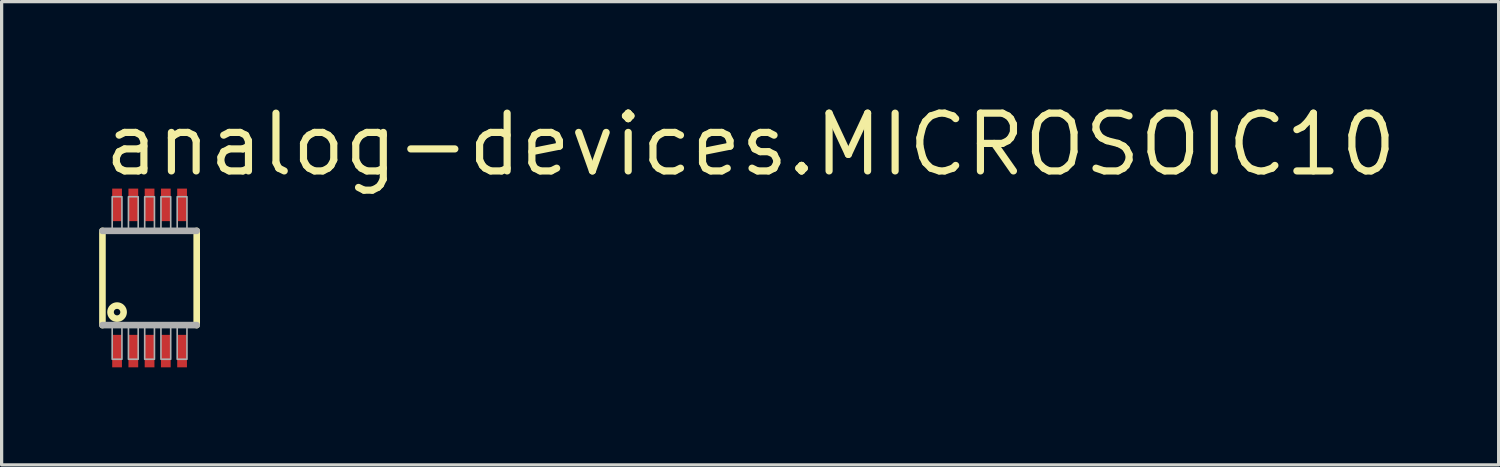
<source format=kicad_pcb>
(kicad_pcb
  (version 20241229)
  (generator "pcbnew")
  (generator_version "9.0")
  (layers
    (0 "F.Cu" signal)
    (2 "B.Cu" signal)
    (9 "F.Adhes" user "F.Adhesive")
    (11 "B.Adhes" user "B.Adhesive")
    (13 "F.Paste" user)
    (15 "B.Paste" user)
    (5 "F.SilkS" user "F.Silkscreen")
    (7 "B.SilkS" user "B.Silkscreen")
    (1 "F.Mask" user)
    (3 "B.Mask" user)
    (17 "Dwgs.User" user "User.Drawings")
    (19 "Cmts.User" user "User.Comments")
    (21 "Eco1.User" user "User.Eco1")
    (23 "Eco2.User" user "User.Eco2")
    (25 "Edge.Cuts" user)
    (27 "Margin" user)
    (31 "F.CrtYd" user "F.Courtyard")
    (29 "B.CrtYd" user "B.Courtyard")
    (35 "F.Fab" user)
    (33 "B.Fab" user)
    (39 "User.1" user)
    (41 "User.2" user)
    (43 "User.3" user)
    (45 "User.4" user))
  (footprint "analog-devices.MICROSOIC10"
    (layer "F.Cu")
    (at 1.552 5.503)
    (property "Reference" "analog-devices.MICROSOIC10" (at -1.505 -3.065 0) (layer "F.SilkS") (effects (font (size 1.778 1.778) (thickness 0.22)) (justify left bottom)))
    (attr smd)
    (fp_line (start -1.45 1.45) (end -1.45 -1.45) (stroke (width 0.203) (type default)) (layer "F.SilkS"))
    (fp_line (start 1.45 -1.45) (end 1.45 1.45) (stroke (width 0.203) (type default)) (layer "F.SilkS"))
    (fp_circle (center -1 1.05) (end -0.9 1.05) (stroke (width 0.203) (type default)) (fill no) (layer "F.SilkS"))
    (fp_line (start -1.45 -1.45) (end 1.45 -1.45) (stroke (width 0.203) (type default)) (layer "F.Fab"))
    (fp_line (start 1.45 1.45) (end -1.45 1.45) (stroke (width 0.203) (type default)) (layer "F.Fab"))
    (fp_rect (start -1.15 -1.5) (end -0.85 -2.5) (stroke (width 0.05) (type default)) (fill no) (layer "F.Fab"))
    (fp_rect (start -1.15 2.5) (end -0.85 1.5) (stroke (width 0.05) (type default)) (fill no) (layer "F.Fab"))
    (fp_rect (start -0.65 -1.5) (end -0.35 -2.5) (stroke (width 0.05) (type default)) (fill no) (layer "F.Fab"))
    (fp_rect (start -0.65 2.5) (end -0.35 1.5) (stroke (width 0.05) (type default)) (fill no) (layer "F.Fab"))
    (fp_rect (start -0.15 -1.5) (end 0.15 -2.5) (stroke (width 0.05) (type default)) (fill no) (layer "F.Fab"))
    (fp_rect (start -0.15 2.5) (end 0.15 1.5) (stroke (width 0.05) (type default)) (fill no) (layer "F.Fab"))
    (fp_rect (start 0.35 -1.5) (end 0.65 -2.5) (stroke (width 0.05) (type default)) (fill no) (layer "F.Fab"))
    (fp_rect (start 0.35 2.5) (end 0.65 1.5) (stroke (width 0.05) (type default)) (fill no) (layer "F.Fab"))
    (fp_rect (start 0.85 -1.5) (end 1.15 -2.5) (stroke (width 0.05) (type default)) (fill no) (layer "F.Fab"))
    (fp_rect (start 0.85 2.5) (end 1.15 1.5) (stroke (width 0.05) (type default)) (fill no) (layer "F.Fab"))
    (pad "1" smd roundrect (at -1 2.25) (size 0.3 1) (layers "F.Cu" "F.Mask" "F.Paste") (roundrect_rratio 0.01))
    (pad "2" smd roundrect (at -0.5 2.25) (size 0.3 1) (layers "F.Cu" "F.Mask" "F.Paste") (roundrect_rratio 0.01))
    (pad "3" smd roundrect (at 0 2.25) (size 0.3 1) (layers "F.Cu" "F.Mask" "F.Paste") (roundrect_rratio 0.01))
    (pad "4" smd roundrect (at 0.5 2.25) (size 0.3 1) (layers "F.Cu" "F.Mask" "F.Paste") (roundrect_rratio 0.01))
    (pad "5" smd roundrect (at 1 2.25) (size 0.3 1) (layers "F.Cu" "F.Mask" "F.Paste") (roundrect_rratio 0.01))
    (pad "6" smd roundrect (at 1 -2.25) (size 0.3 1) (layers "F.Cu" "F.Mask" "F.Paste") (roundrect_rratio 0.01))
    (pad "7" smd roundrect (at 0.5 -2.25) (size 0.3 1) (layers "F.Cu" "F.Mask" "F.Paste") (roundrect_rratio 0.01))
    (pad "8" smd roundrect (at 0 -2.25) (size 0.3 1) (layers "F.Cu" "F.Mask" "F.Paste") (roundrect_rratio 0.01))
    (pad "9" smd roundrect (at -0.5 -2.25) (size 0.3 1) (layers "F.Cu" "F.Mask" "F.Paste") (roundrect_rratio 0.01))
    (pad "10" smd roundrect (at -1 -2.25) (size 0.3 1) (layers "F.Cu" "F.Mask" "F.Paste") (roundrect_rratio 0.01)))
  (gr_rect
    (start -3 -3)
    (end 43.06 11.253)
    (stroke (width 0.1) (type default))
    (fill no)
    (layer "Edge.Cuts")))
</source>
